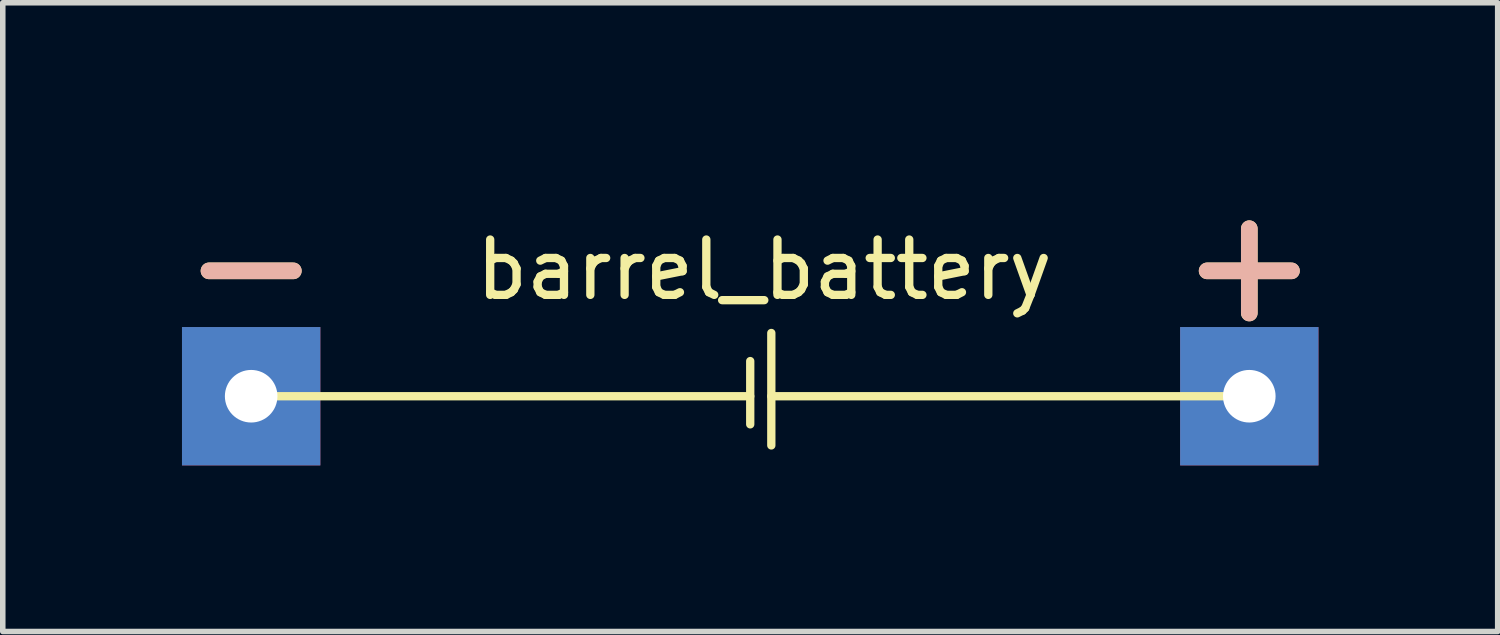
<source format=kicad_pcb>
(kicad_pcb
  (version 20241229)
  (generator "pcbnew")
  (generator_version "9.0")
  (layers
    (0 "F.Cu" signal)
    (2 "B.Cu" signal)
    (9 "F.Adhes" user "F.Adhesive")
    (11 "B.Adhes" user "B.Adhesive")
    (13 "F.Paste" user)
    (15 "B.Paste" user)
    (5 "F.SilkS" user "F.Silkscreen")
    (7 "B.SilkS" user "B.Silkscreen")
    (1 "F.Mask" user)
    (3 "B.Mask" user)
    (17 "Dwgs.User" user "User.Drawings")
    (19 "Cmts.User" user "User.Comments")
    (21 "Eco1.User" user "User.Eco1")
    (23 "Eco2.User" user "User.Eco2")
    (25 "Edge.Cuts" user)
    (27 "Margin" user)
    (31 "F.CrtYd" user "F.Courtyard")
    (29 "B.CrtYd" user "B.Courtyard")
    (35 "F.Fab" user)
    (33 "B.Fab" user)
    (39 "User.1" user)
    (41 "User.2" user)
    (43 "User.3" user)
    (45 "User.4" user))
  (footprint "barrel_battery"
    (layer "F.Cu")
    (at 1.488 4.109)
    (property "Reference" "barrel_battery" (at 9.271 -2.286 0) (layer "F.SilkS") (effects (font (size 1 1) (thickness 0.15))))
    (attr through_hole)
    (fp_line (start 0 0) (end 9.017 0) (stroke (width 0.15) (type solid)) (layer "F.SilkS"))
    (fp_line (start 9.017 -0.635) (end 9.017 0.508) (stroke (width 0.15) (type solid)) (layer "F.SilkS"))
    (fp_line (start 9.398 -1.143) (end 9.398 0.889) (stroke (width 0.15) (type solid)) (layer "F.SilkS"))
    (fp_line (start 9.398 0) (end 18.034 0) (stroke (width 0.15) (type solid)) (layer "F.SilkS"))
    (fp_text user "+" (at 18.034 -2.413 0) (layer "F.SilkS") (effects (font (size 2 2) (thickness 0.3))))
    (fp_text user "-" (at 0 -2.413 0) (layer "F.SilkS") (effects (font (size 2 2) (thickness 0.3))))
    (fp_text user "+" (at 18.034 -2.413 0) (layer "B.SilkS") (effects (font (size 2 2) (thickness 0.3))))
    (fp_text user "-" (at 0 -2.413 0) (layer "B.SilkS") (effects (font (size 2 2) (thickness 0.3))))
    (pad "1" thru_hole rect (at 18.034 0) (size 2.5 2.5) (drill 0.95) (layers "*.Cu" "*.Mask"))
    (pad "2" thru_hole rect (at 0 0 90) (size 2.5 2.5) (drill 0.95) (layers "*.Cu" "*.Mask")))
  (gr_rect
    (start -3 -3)
    (end 24.01 8.36)
    (stroke (width 0.1) (type default))
    (fill no)
    (layer "Edge.Cuts")))
</source>
